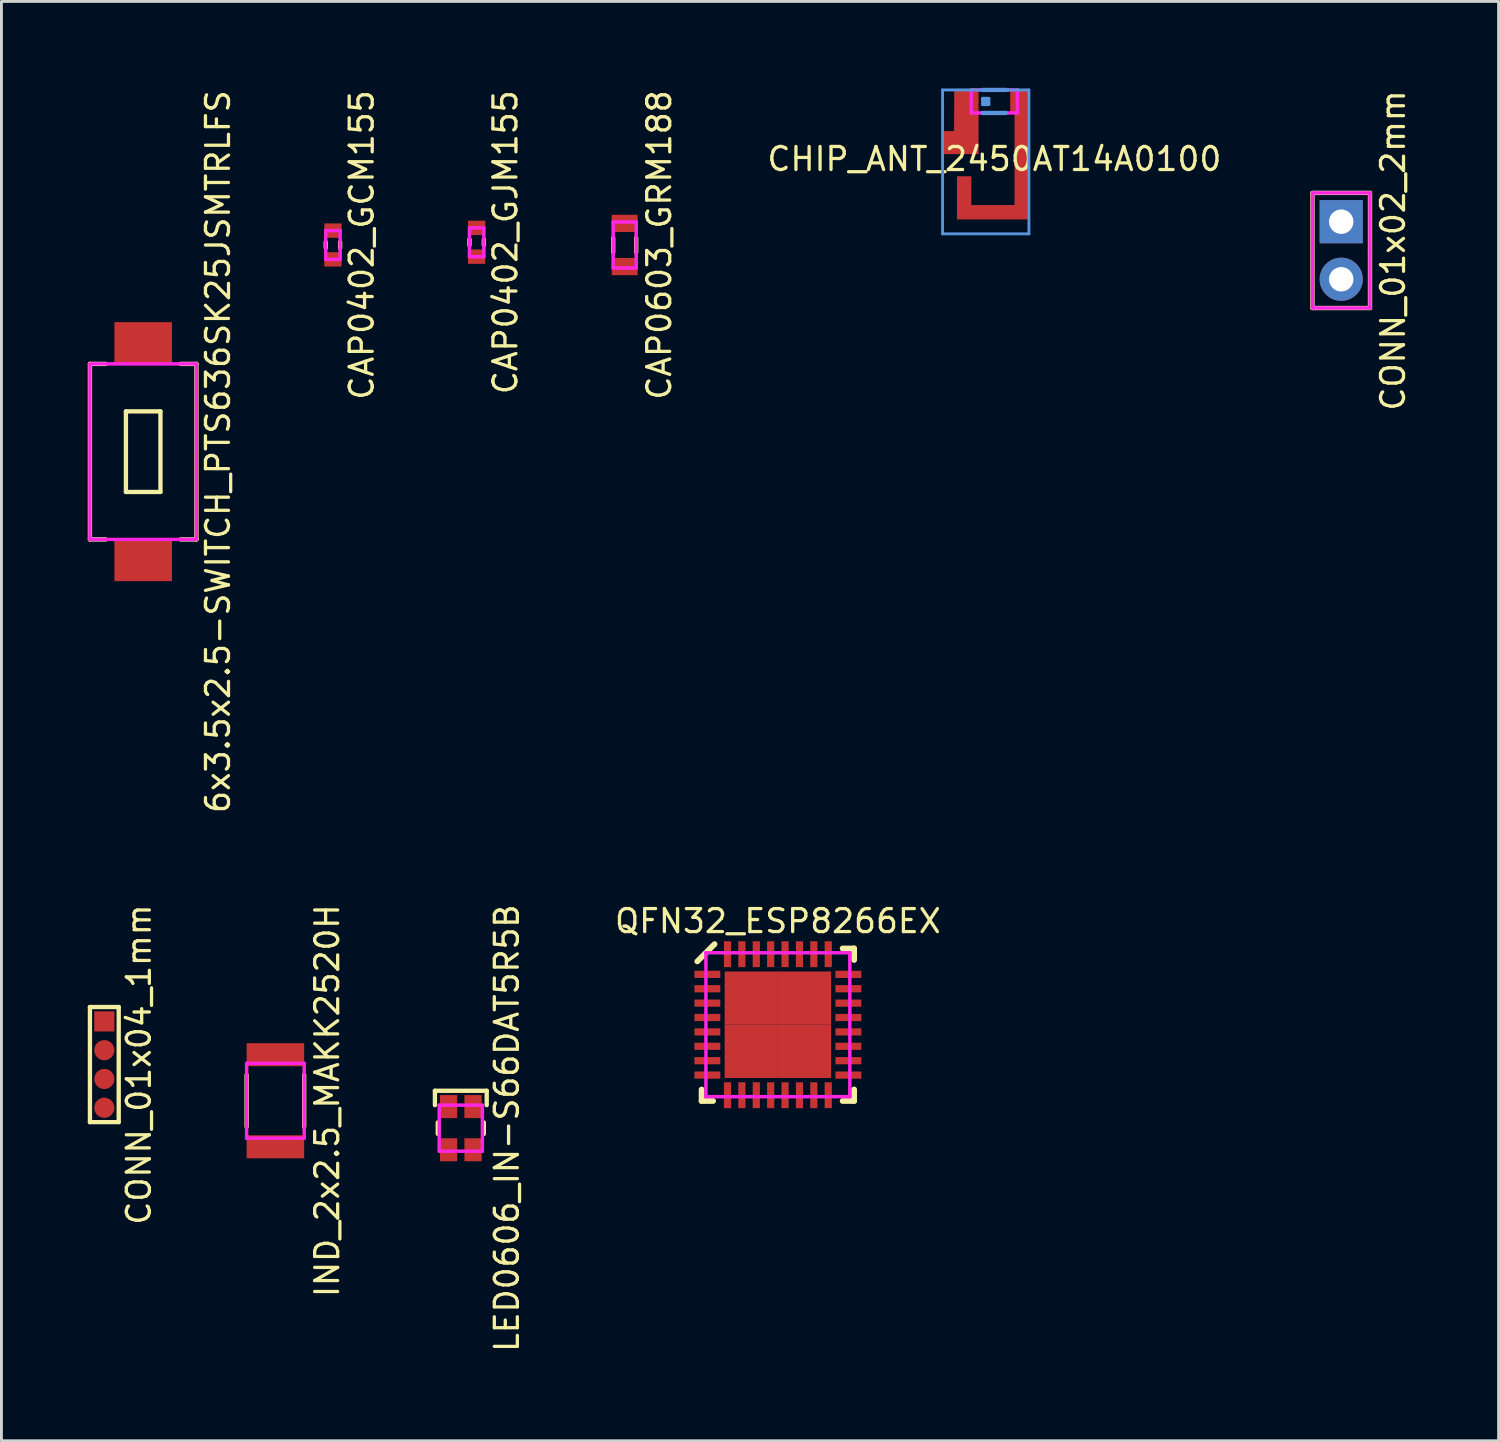
<source format=kicad_pcb>
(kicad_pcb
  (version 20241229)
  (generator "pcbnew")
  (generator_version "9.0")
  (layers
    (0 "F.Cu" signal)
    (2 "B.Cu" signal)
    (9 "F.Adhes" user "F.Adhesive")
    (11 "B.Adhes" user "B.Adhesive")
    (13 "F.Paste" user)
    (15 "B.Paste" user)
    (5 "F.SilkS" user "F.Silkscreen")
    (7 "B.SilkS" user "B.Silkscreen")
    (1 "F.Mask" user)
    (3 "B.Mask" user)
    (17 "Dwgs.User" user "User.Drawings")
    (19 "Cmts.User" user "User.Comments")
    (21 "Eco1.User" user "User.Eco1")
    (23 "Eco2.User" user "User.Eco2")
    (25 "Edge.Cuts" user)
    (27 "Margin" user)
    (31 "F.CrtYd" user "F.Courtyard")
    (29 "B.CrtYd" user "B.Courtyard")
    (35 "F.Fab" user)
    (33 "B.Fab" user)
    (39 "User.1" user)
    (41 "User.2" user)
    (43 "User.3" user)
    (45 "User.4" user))
  (footprint "CHIP_ANT_2450AT14A0100"
    (layer "F.Cu")
    (at 31.502 0.475)
    (property "Reference" "CHIP_ANT_2450AT14A0100" (at 0 2 0) (layer "F.SilkS") (effects (font (size 0.8 0.8) (thickness 0.114))))
    (attr through_hole)
    (fp_poly (pts (xy -1.2 -0.4) (xy -0.55 -0.4) (xy -0.55 0.4) (xy -1.2 0.4)) (stroke (width 0) (type solid)) (fill yes) (layer "F.Mask"))
    (fp_poly (pts (xy 0.55 -0.4) (xy 1.2 -0.4) (xy 1.2 0.4) (xy 0.55 0.4)) (stroke (width 0) (type solid)) (fill yes) (layer "F.Mask"))
    (fp_poly (pts (xy -1.2 -0.4) (xy -0.55 -0.4) (xy -0.55 0.4) (xy -1.2 0.4)) (stroke (width 0) (type solid)) (fill yes) (layer "F.Paste"))
    (fp_poly (pts (xy 0.55 -0.4) (xy 1.2 -0.4) (xy 1.2 0.4) (xy 0.55 0.4)) (stroke (width 0) (type solid)) (fill yes) (layer "F.Paste"))
    (fp_line (start -1.8 -0.4) (end -1.8 4.6) (stroke (width 0.1) (type solid)) (layer "Cmts.User"))
    (fp_line (start -1.8 4.6) (end 1.2 4.6) (stroke (width 0.1) (type solid)) (layer "Cmts.User"))
    (fp_line (start -0.4 -0.4) (end 0.4 -0.4) (stroke (width 0.15) (type solid)) (layer "Cmts.User"))
    (fp_line (start -0.4 -0.1) (end -0.4 0.1) (stroke (width 0.12) (type solid)) (layer "Cmts.User"))
    (fp_line (start -0.4 0.1) (end -0.2 0.1) (stroke (width 0.12) (type solid)) (layer "Cmts.User"))
    (fp_line (start -0.4 0.4) (end 0.4 0.4) (stroke (width 0.15) (type solid)) (layer "Cmts.User"))
    (fp_line (start -0.3 -0.1) (end -0.3 0.1) (stroke (width 0.12) (type solid)) (layer "Cmts.User"))
    (fp_line (start -0.2 -0.1) (end -0.4 -0.1) (stroke (width 0.12) (type solid)) (layer "Cmts.User"))
    (fp_line (start -0.2 0.1) (end -0.2 -0.1) (stroke (width 0.12) (type solid)) (layer "Cmts.User"))
    (fp_line (start 1.2 -0.4) (end -1.8 -0.4) (stroke (width 0.1) (type solid)) (layer "Cmts.User"))
    (fp_line (start 1.2 4.6) (end 1.2 -0.4) (stroke (width 0.1) (type solid)) (layer "Cmts.User"))
    (fp_line (start -0.8 -0.4) (end -0.8 0.4) (stroke (width 0.12) (type solid)) (layer "F.CrtYd"))
    (fp_line (start -0.8 -0.4) (end 0.8 -0.4) (stroke (width 0.12) (type solid)) (layer "F.CrtYd"))
    (fp_line (start -0.8 0.4) (end 0.8 0.4) (stroke (width 0.12) (type solid)) (layer "F.CrtYd"))
    (fp_line (start 0.8 0.4) (end 0.8 -0.4) (stroke (width 0.12) (type solid)) (layer "F.CrtYd"))
    (pad "1" smd custom (at -0.825 0) (size 0.55 0.8) (layers "F.Cu") (options (anchor rect)) (primitives (gr_poly (pts (xy 0.275 -0.4) (xy -0.57 -0.4) (xy -0.575 1.03) (xy -0.975 1.03) (xy -0.975 1.83) (xy 0.275 1.83)) (width 0) (fill yes))))
    (pad "2" smd custom (at 0.825 0) (size 0.55 0.8) (layers "F.Cu") (options (anchor rect)) (primitives (gr_poly (pts (xy -0.275 -0.4) (xy 0.375 -0.4) (xy 0.375 4.1) (xy -2.125 4.1) (xy -2.125 2.6) (xy -1.625 2.6) (xy -1.625 3.6) (xy -0.125 3.6) (xy -0.125 0.4) (xy -0.275 0.4)) (width 0) (fill yes)))))
  (footprint "CAP0402_GCM155"
    (layer "F.Cu")
    (at 8.519 5.463)
    (property "Reference" "CAP0402_GCM155" (at 1 0 90) (layer "F.SilkS") (effects (font (size 0.8 0.8) (thickness 0.114))))
    (attr through_hole)
    (fp_line (start -0.25 0.1) (end -0.25 -0.1) (stroke (width 0.15) (type solid)) (layer "F.SilkS"))
    (fp_line (start 0.25 0.1) (end 0.25 -0.1) (stroke (width 0.15) (type solid)) (layer "F.SilkS"))
    (fp_line (start -0.25 -0.5) (end 0.25 -0.5) (stroke (width 0.12) (type solid)) (layer "F.CrtYd"))
    (fp_line (start -0.25 0.5) (end -0.25 -0.5) (stroke (width 0.12) (type solid)) (layer "F.CrtYd"))
    (fp_line (start 0.25 -0.5) (end 0.25 0.5) (stroke (width 0.12) (type solid)) (layer "F.CrtYd"))
    (fp_line (start 0.25 0.5) (end -0.25 0.5) (stroke (width 0.12) (type solid)) (layer "F.CrtYd"))
    (pad "1" smd rect (at 0 -0.5) (size 0.6 0.5) (layers "F.Cu" "F.Mask" "F.Paste"))
    (pad "2" smd rect (at 0 0.5) (size 0.6 0.5) (layers "F.Cu" "F.Mask" "F.Paste")))
  (footprint "IND_2x2.5_MAKK2520H"
    (layer "F.Cu")
    (at 6.519 35.198)
    (property "Reference" "IND_2x2.5_MAKK2520H" (at 1.8 0 90) (layer "F.SilkS") (effects (font (size 0.8 0.8) (thickness 0.114))))
    (attr through_hole)
    (fp_line (start -1 -0.9) (end -1 0.9) (stroke (width 0.15) (type solid)) (layer "F.SilkS"))
    (fp_line (start 1 -0.9) (end 1 0.9) (stroke (width 0.15) (type solid)) (layer "F.SilkS"))
    (fp_line (start -1 -1.3) (end -1 1.3) (stroke (width 0.12) (type solid)) (layer "F.CrtYd"))
    (fp_line (start -1 1.3) (end 1 1.3) (stroke (width 0.12) (type solid)) (layer "F.CrtYd"))
    (fp_line (start 1 -1.3) (end -1 -1.3) (stroke (width 0.12) (type solid)) (layer "F.CrtYd"))
    (fp_line (start 1 1.3) (end 1 -1.3) (stroke (width 0.12) (type solid)) (layer "F.CrtYd"))
    (pad "1" smd rect (at 0 -1.6) (size 2 0.8) (layers "F.Cu" "F.Mask" "F.Paste"))
    (pad "2" smd rect (at 0 1.6) (size 2 0.8) (layers "F.Cu" "F.Mask" "F.Paste")))
  (footprint "CAP0402_GJM155"
    (layer "F.Cu")
    (at 13.512 5.368)
    (property "Reference" "CAP0402_GJM155" (at 1 0 90) (layer "F.SilkS") (effects (font (size 0.8 0.8) (thickness 0.114))))
    (attr through_hole)
    (fp_line (start -0.25 0.1) (end -0.25 -0.1) (stroke (width 0.15) (type solid)) (layer "F.SilkS"))
    (fp_line (start 0.25 0.1) (end 0.25 -0.1) (stroke (width 0.15) (type solid)) (layer "F.SilkS"))
    (fp_line (start -0.25 -0.5) (end 0.25 -0.5) (stroke (width 0.12) (type solid)) (layer "F.CrtYd"))
    (fp_line (start -0.25 0.5) (end -0.25 -0.5) (stroke (width 0.12) (type solid)) (layer "F.CrtYd"))
    (fp_line (start 0.25 -0.5) (end 0.25 0.5) (stroke (width 0.12) (type solid)) (layer "F.CrtYd"))
    (fp_line (start 0.25 0.5) (end -0.25 0.5) (stroke (width 0.12) (type solid)) (layer "F.CrtYd"))
    (pad "1" smd rect (at 0 -0.5) (size 0.6 0.5) (layers "F.Cu" "F.Mask" "F.Paste"))
    (pad "2" smd rect (at 0 0.5) (size 0.6 0.5) (layers "F.Cu" "F.Mask" "F.Paste")))
  (footprint "CONN_01x02_2mm"
    (layer "F.Cu")
    (at 43.554 5.653)
    (property "Reference" "CONN_01x02_2mm" (at 1.8 0 90) (layer "F.SilkS") (effects (font (size 0.8 0.8) (thickness 0.114))))
    (attr through_hole)
    (fp_line (start -1 -2) (end -1 2) (stroke (width 0.15) (type solid)) (layer "F.SilkS"))
    (fp_line (start -1 2) (end 1 2) (stroke (width 0.15) (type solid)) (layer "F.SilkS"))
    (fp_line (start 1 -2) (end -1 -2) (stroke (width 0.15) (type solid)) (layer "F.SilkS"))
    (fp_line (start 1 0) (end 1 -2) (stroke (width 0.15) (type solid)) (layer "F.SilkS"))
    (fp_line (start 1 2) (end 1 0) (stroke (width 0.15) (type solid)) (layer "F.SilkS"))
    (fp_line (start -1 -2) (end 1 -2) (stroke (width 0.12) (type solid)) (layer "F.CrtYd"))
    (fp_line (start -1 2) (end -1 -2) (stroke (width 0.12) (type solid)) (layer "F.CrtYd"))
    (fp_line (start 1 -2) (end 1 2) (stroke (width 0.12) (type solid)) (layer "F.CrtYd"))
    (fp_line (start 1 2) (end -1 2) (stroke (width 0.12) (type solid)) (layer "F.CrtYd"))
    (pad "1" thru_hole rect (at 0 -1) (size 1.5 1.5) (drill 0.85) (layers "*.Cu" "*.Mask"))
    (pad "2" thru_hole circle (at 0 1) (size 1.5 1.5) (drill 0.85) (layers "*.Cu" "*.Mask")))
  (footprint "QFN32_ESP8266EX"
    (layer "F.Cu")
    (at 23.979 32.556)
    (property "Reference" "QFN32_ESP8266EX" (at 0 -3.6 0) (layer "F.SilkS") (effects (font (size 0.8 0.8) (thickness 0.114))))
    (attr smd)
    (fp_line (start -2.65 2.65) (end -2.65 2.25) (stroke (width 0.2) (type solid)) (layer "F.SilkS"))
    (fp_line (start -2.25 2.65) (end -2.65 2.65) (stroke (width 0.2) (type solid)) (layer "F.SilkS"))
    (fp_line (start -2.2 -2.8) (end -2.8 -2.2) (stroke (width 0.2) (type solid)) (layer "F.SilkS"))
    (fp_line (start 2.25 -2.65) (end 2.65 -2.65) (stroke (width 0.2) (type solid)) (layer "F.SilkS"))
    (fp_line (start 2.25 2.65) (end 2.65 2.65) (stroke (width 0.2) (type solid)) (layer "F.SilkS"))
    (fp_line (start 2.65 -2.65) (end 2.65 -2.25) (stroke (width 0.2) (type solid)) (layer "F.SilkS"))
    (fp_line (start 2.65 2.65) (end 2.65 2.25) (stroke (width 0.2) (type solid)) (layer "F.SilkS"))
    (fp_line (start -2.5 -2.5) (end 2.5 -2.5) (stroke (width 0.12) (type solid)) (layer "F.CrtYd"))
    (fp_line (start -2.5 2.5) (end -2.5 -2.5) (stroke (width 0.12) (type solid)) (layer "F.CrtYd"))
    (fp_line (start 2.5 -2.5) (end 2.5 2.5) (stroke (width 0.12) (type solid)) (layer "F.CrtYd"))
    (fp_line (start 2.5 2.5) (end -2.5 2.5) (stroke (width 0.12) (type solid)) (layer "F.CrtYd"))
    (pad "1" smd rect (at -2.45 -1.75 90) (size 0.25 0.9) (layers "F.Cu" "F.Mask" "F.Paste"))
    (pad "2" smd rect (at -2.45 -1.25 90) (size 0.25 0.9) (layers "F.Cu" "F.Mask" "F.Paste"))
    (pad "3" smd rect (at -2.45 -0.75 90) (size 0.25 0.9) (layers "F.Cu" "F.Mask" "F.Paste"))
    (pad "4" smd rect (at -2.45 -0.25 90) (size 0.25 0.9) (layers "F.Cu" "F.Mask" "F.Paste"))
    (pad "5" smd rect (at -2.45 0.25 90) (size 0.25 0.9) (layers "F.Cu" "F.Mask" "F.Paste"))
    (pad "6" smd rect (at -2.45 0.75 90) (size 0.25 0.9) (layers "F.Cu" "F.Mask" "F.Paste"))
    (pad "7" smd rect (at -2.45 1.25 90) (size 0.25 0.9) (layers "F.Cu" "F.Mask" "F.Paste"))
    (pad "8" smd rect (at -2.45 1.75 90) (size 0.25 0.9) (layers "F.Cu" "F.Mask" "F.Paste"))
    (pad "9" smd rect (at -1.75 2.45) (size 0.25 0.9) (layers "F.Cu" "F.Mask" "F.Paste"))
    (pad "10" smd rect (at -1.25 2.45) (size 0.25 0.9) (layers "F.Cu" "F.Mask" "F.Paste"))
    (pad "11" smd rect (at -0.75 2.45) (size 0.25 0.9) (layers "F.Cu" "F.Mask" "F.Paste"))
    (pad "12" smd rect (at -0.25 2.45) (size 0.25 0.9) (layers "F.Cu" "F.Mask" "F.Paste"))
    (pad "13" smd rect (at 0.25 2.45) (size 0.25 0.9) (layers "F.Cu" "F.Mask" "F.Paste"))
    (pad "14" smd rect (at 0.75 2.45) (size 0.25 0.9) (layers "F.Cu" "F.Mask" "F.Paste"))
    (pad "15" smd rect (at 1.25 2.45) (size 0.25 0.9) (layers "F.Cu" "F.Mask" "F.Paste"))
    (pad "16" smd rect (at 1.75 2.45) (size 0.25 0.9) (layers "F.Cu" "F.Mask" "F.Paste"))
    (pad "17" smd rect (at 2.45 1.75 90) (size 0.25 0.9) (layers "F.Cu" "F.Mask" "F.Paste"))
    (pad "18" smd rect (at 2.45 1.25 90) (size 0.25 0.9) (layers "F.Cu" "F.Mask" "F.Paste"))
    (pad "19" smd rect (at 2.45 0.75 90) (size 0.25 0.9) (layers "F.Cu" "F.Mask" "F.Paste"))
    (pad "20" smd rect (at 2.45 0.25 90) (size 0.25 0.9) (layers "F.Cu" "F.Mask" "F.Paste"))
    (pad "21" smd rect (at 2.45 -0.25 90) (size 0.25 0.9) (layers "F.Cu" "F.Mask" "F.Paste"))
    (pad "22" smd rect (at 2.45 -0.75 90) (size 0.25 0.9) (layers "F.Cu" "F.Mask" "F.Paste"))
    (pad "23" smd rect (at 2.45 -1.25 90) (size 0.25 0.9) (layers "F.Cu" "F.Mask" "F.Paste"))
    (pad "24" smd rect (at 2.45 -1.75 90) (size 0.25 0.9) (layers "F.Cu" "F.Mask" "F.Paste"))
    (pad "25" smd rect (at 1.75 -2.45) (size 0.25 0.9) (layers "F.Cu" "F.Mask" "F.Paste"))
    (pad "26" smd rect (at 1.25 -2.45) (size 0.25 0.9) (layers "F.Cu" "F.Mask" "F.Paste"))
    (pad "27" smd rect (at 0.75 -2.45) (size 0.25 0.9) (layers "F.Cu" "F.Mask" "F.Paste"))
    (pad "28" smd rect (at 0.25 -2.45) (size 0.25 0.9) (layers "F.Cu" "F.Mask" "F.Paste"))
    (pad "29" smd rect (at -0.25 -2.45) (size 0.25 0.9) (layers "F.Cu" "F.Mask" "F.Paste"))
    (pad "30" smd rect (at -0.75 -2.45) (size 0.25 0.9) (layers "F.Cu" "F.Mask" "F.Paste"))
    (pad "31" smd rect (at -1.25 -2.45) (size 0.25 0.9) (layers "F.Cu" "F.Mask" "F.Paste"))
    (pad "32" smd rect (at -1.75 -2.45) (size 0.25 0.9) (layers "F.Cu" "F.Mask" "F.Paste"))
    (pad "33" smd rect (at -0.925 -0.925) (size 1.85 1.85) (layers "F.Cu" "F.Mask" "F.Paste"))
    (pad "33" smd rect (at -0.925 0.925) (size 1.85 1.85) (layers "F.Cu" "F.Mask" "F.Paste"))
    (pad "33" smd rect (at 0.925 -0.925) (size 1.85 1.85) (layers "F.Cu" "F.Mask" "F.Paste"))
    (pad "33" smd rect (at 0.925 0.925) (size 1.85 1.85) (layers "F.Cu" "F.Mask" "F.Paste")))
  (footprint "CAP0603_GRM188"
    (layer "F.Cu")
    (at 18.656 5.463)
    (property "Reference" "CAP0603_GRM188" (at 1.2 0 90) (layer "F.SilkS") (effects (font (size 0.8 0.8) (thickness 0.114))))
    (attr through_hole)
    (fp_line (start -0.4 0.25) (end -0.4 -0.25) (stroke (width 0.15) (type solid)) (layer "F.SilkS"))
    (fp_line (start 0.4 0.25) (end 0.4 -0.25) (stroke (width 0.15) (type solid)) (layer "F.SilkS"))
    (fp_line (start -0.4 -0.8) (end 0.4 -0.8) (stroke (width 0.12) (type solid)) (layer "F.CrtYd"))
    (fp_line (start -0.4 0.8) (end -0.4 -0.8) (stroke (width 0.12) (type solid)) (layer "F.CrtYd"))
    (fp_line (start 0.4 -0.8) (end 0.4 0.8) (stroke (width 0.12) (type solid)) (layer "F.CrtYd"))
    (fp_line (start 0.4 0.8) (end -0.4 0.8) (stroke (width 0.12) (type solid)) (layer "F.CrtYd"))
    (pad "1" smd rect (at 0 -0.75) (size 0.9 0.6) (layers "F.Cu" "F.Mask" "F.Paste"))
    (pad "2" smd rect (at 0 0.75) (size 0.9 0.6) (layers "F.Cu" "F.Mask" "F.Paste")))
  (footprint "LED0606_IN-S66DAT5R5B"
    (layer "F.Cu")
    (at 12.962 36.151)
    (property "Reference" "LED0606_IN-S66DAT5R5B" (at 1.6 0 90) (layer "F.SilkS") (effects (font (size 0.8 0.8) (thickness 0.114))))
    (attr through_hole)
    (fp_line (start -0.9 -1.3) (end 0.9 -1.3) (stroke (width 0.15) (type solid)) (layer "F.SilkS"))
    (fp_line (start -0.9 -0.8) (end -0.9 -1.3) (stroke (width 0.15) (type solid)) (layer "F.SilkS"))
    (fp_line (start -0.8 -0.2) (end -0.8 0.2) (stroke (width 0.15) (type solid)) (layer "F.SilkS"))
    (fp_line (start 0.8 -0.2) (end 0.8 0.2) (stroke (width 0.15) (type solid)) (layer "F.SilkS"))
    (fp_line (start 0.9 -1.3) (end 0.9 -0.8) (stroke (width 0.15) (type solid)) (layer "F.SilkS"))
    (fp_line (start -0.75 -0.8) (end 0.75 -0.8) (stroke (width 0.12) (type solid)) (layer "F.CrtYd"))
    (fp_line (start -0.75 0.8) (end -0.75 -0.8) (stroke (width 0.12) (type solid)) (layer "F.CrtYd"))
    (fp_line (start 0.75 0.8) (end -0.75 0.8) (stroke (width 0.12) (type solid)) (layer "F.CrtYd"))
    (fp_line (start 0.75 0.8) (end 0.75 -0.8) (stroke (width 0.12) (type solid)) (layer "F.CrtYd"))
    (pad "1" smd rect (at 0.425 -0.75) (size 0.6 0.8) (layers "F.Cu" "F.Mask" "F.Paste"))
    (pad "2" smd rect (at 0.425 0.75) (size 0.6 0.8) (layers "F.Cu" "F.Mask" "F.Paste"))
    (pad "3" smd rect (at -0.425 -0.75) (size 0.6 0.8) (layers "F.Cu" "F.Mask" "F.Paste"))
    (pad "4" smd rect (at -0.425 0.75) (size 0.6 0.8) (layers "F.Cu" "F.Mask" "F.Paste")))
  (footprint "CONN_01x04_1mm"
    (layer "F.Cu")
    (at 0.575 33.941)
    (property "Reference" "CONN_01x04_1mm" (at 1.2 0 90) (layer "F.SilkS") (effects (font (size 0.8 0.8) (thickness 0.114))))
    (attr through_hole)
    (fp_line (start -0.5 -2) (end 0.5 -2) (stroke (width 0.15) (type solid)) (layer "F.SilkS"))
    (fp_line (start -0.5 2) (end -0.5 -2) (stroke (width 0.15) (type solid)) (layer "F.SilkS"))
    (fp_line (start 0.5 -2) (end 0.5 2) (stroke (width 0.15) (type solid)) (layer "F.SilkS"))
    (fp_line (start 0.5 2) (end -0.5 2) (stroke (width 0.15) (type solid)) (layer "F.SilkS"))
    (pad "1" smd rect (at 0 -1.5) (size 0.7 0.7) (layers "F.Cu" "F.Mask" "F.Paste"))
    (pad "2" smd circle (at 0 -0.5) (size 0.7 0.7) (layers "F.Cu" "F.Mask" "F.Paste"))
    (pad "3" smd circle (at 0 0.5) (size 0.7 0.7) (layers "F.Cu" "F.Mask" "F.Paste"))
    (pad "4" smd circle (at 0 1.5) (size 0.7 0.7) (layers "F.Cu" "F.Mask" "F.Paste")))
  (footprint "6x3.5x2.5-SWITCH_PTS636SK25JSMTRLFS"
    (layer "F.Cu")
    (at 1.925 12.644)
    (property "Reference" "6x3.5x2.5-SWITCH_PTS636SK25JSMTRLFS" (at 2.6 0 90) (layer "F.SilkS") (effects (font (size 0.8 0.8) (thickness 0.114))))
    (attr through_hole)
    (fp_line (start -1.85 -3.05) (end -1.85 3.05) (stroke (width 0.15) (type solid)) (layer "F.SilkS"))
    (fp_line (start -1.3 -3.05) (end -1.85 -3.05) (stroke (width 0.15) (type solid)) (layer "F.SilkS"))
    (fp_line (start -1.3 3.05) (end -1.85 3.05) (stroke (width 0.15) (type solid)) (layer "F.SilkS"))
    (fp_line (start -0.6 -1.4) (end 0.6 -1.4) (stroke (width 0.15) (type solid)) (layer "F.SilkS"))
    (fp_line (start -0.6 1.4) (end -0.6 -1.4) (stroke (width 0.15) (type solid)) (layer "F.SilkS"))
    (fp_line (start 0.6 -1.4) (end 0.6 1.4) (stroke (width 0.15) (type solid)) (layer "F.SilkS"))
    (fp_line (start 0.6 1.4) (end -0.6 1.4) (stroke (width 0.15) (type solid)) (layer "F.SilkS"))
    (fp_line (start 1.3 -3.05) (end 1.85 -3.05) (stroke (width 0.15) (type solid)) (layer "F.SilkS"))
    (fp_line (start 1.85 -3.05) (end 1.85 3.05) (stroke (width 0.15) (type solid)) (layer "F.SilkS"))
    (fp_line (start 1.85 3.05) (end 1.3 3.05) (stroke (width 0.15) (type solid)) (layer "F.SilkS"))
    (fp_line (start -1.85 -3.05) (end 1.85 -3.05) (stroke (width 0.12) (type solid)) (layer "F.CrtYd"))
    (fp_line (start -1.85 3.05) (end -1.85 -3.05) (stroke (width 0.12) (type solid)) (layer "F.CrtYd"))
    (fp_line (start 1.85 -3.05) (end 1.85 3.05) (stroke (width 0.12) (type solid)) (layer "F.CrtYd"))
    (fp_line (start 1.85 3.05) (end -1.85 3.05) (stroke (width 0.12) (type solid)) (layer "F.CrtYd"))
    (pad "1" smd rect (at 0 -3.775) (size 2 1.45) (layers "F.Cu" "F.Mask" "F.Paste"))
    (pad "2" smd rect (at 0 3.775) (size 2 1.45) (layers "F.Cu" "F.Mask" "F.Paste")))
  (gr_rect
    (start -3 -3)
    (end 49.022 47.013)
    (stroke (width 0.1) (type default))
    (fill no)
    (layer "Edge.Cuts")))
</source>
